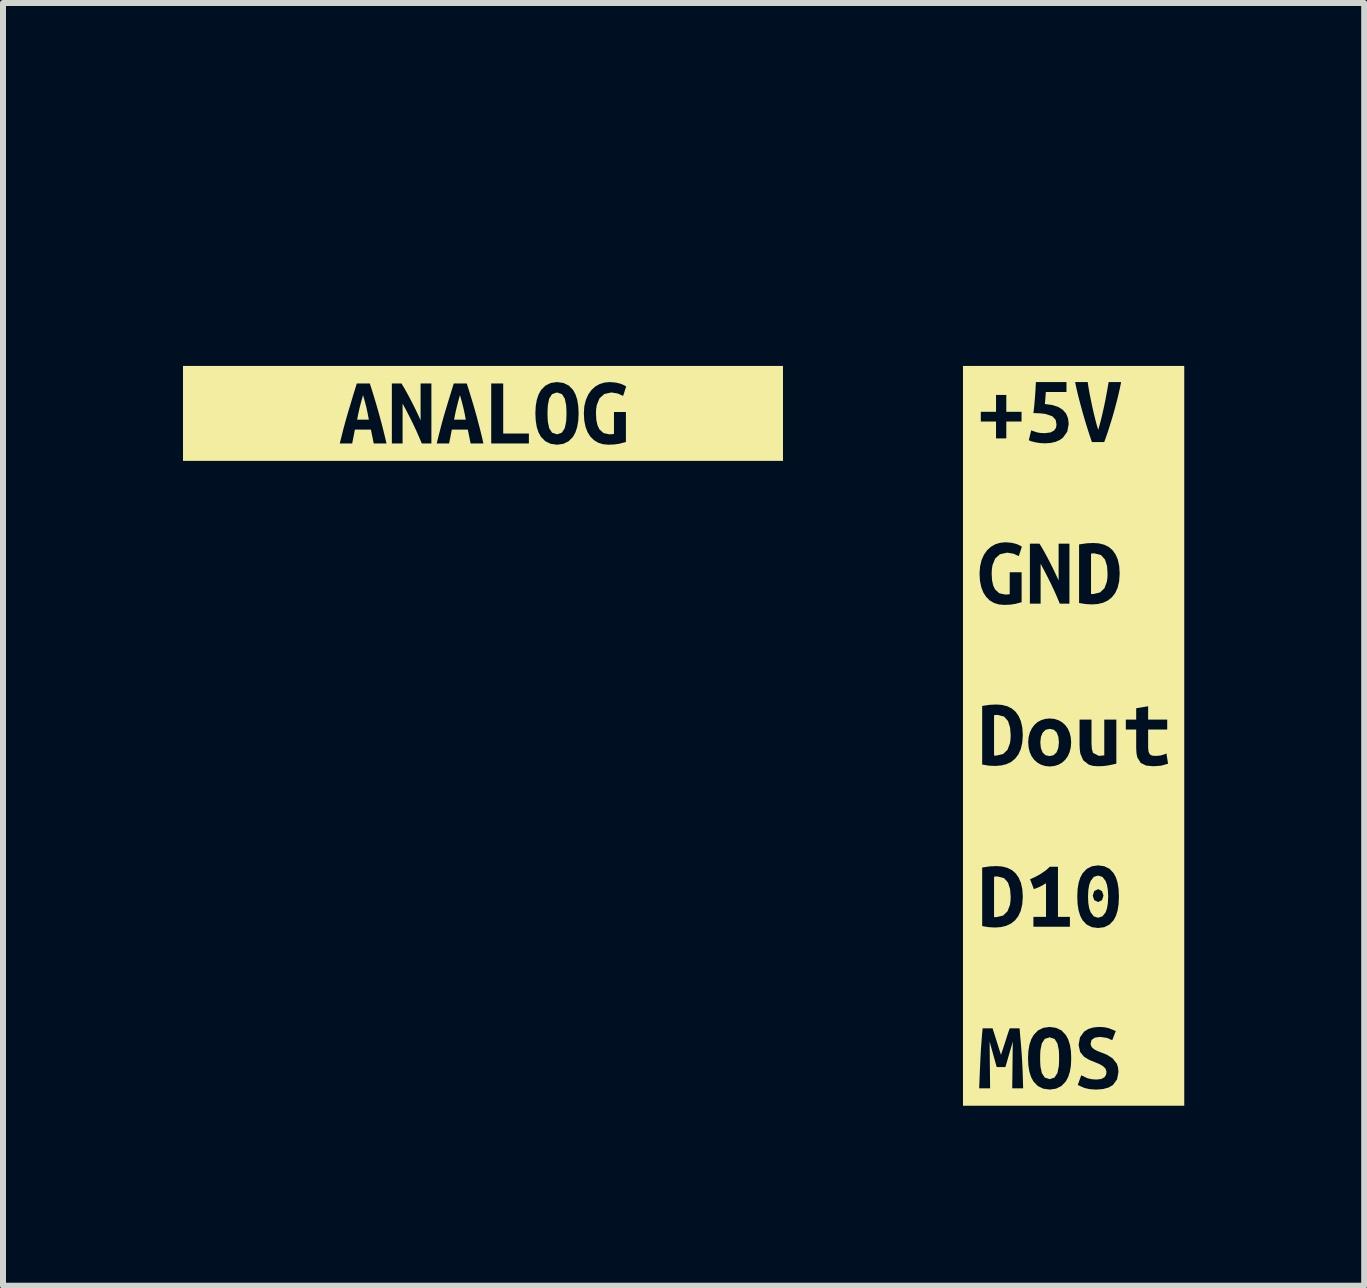
<source format=kicad_pcb>
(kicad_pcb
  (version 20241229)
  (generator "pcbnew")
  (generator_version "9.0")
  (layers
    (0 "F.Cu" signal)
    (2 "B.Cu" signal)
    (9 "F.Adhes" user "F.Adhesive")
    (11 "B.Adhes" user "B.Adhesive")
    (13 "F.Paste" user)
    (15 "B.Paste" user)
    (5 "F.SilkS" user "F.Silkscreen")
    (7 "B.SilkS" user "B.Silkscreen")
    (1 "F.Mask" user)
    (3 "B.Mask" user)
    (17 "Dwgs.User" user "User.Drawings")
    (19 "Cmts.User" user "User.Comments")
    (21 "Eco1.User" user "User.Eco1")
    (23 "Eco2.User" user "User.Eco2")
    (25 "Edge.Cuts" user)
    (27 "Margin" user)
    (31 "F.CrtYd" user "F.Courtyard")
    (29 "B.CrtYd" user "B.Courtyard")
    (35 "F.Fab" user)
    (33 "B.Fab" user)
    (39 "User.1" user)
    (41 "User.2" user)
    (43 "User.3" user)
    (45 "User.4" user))
  (footprint "kibuzzard-67ACF094"
    (layer "F.Cu")
    (at 14.844 9.214)
    (property "Reference" "kibuzzard-67ACF094" (at 0 -9.213 0) (layer "F.SilkS") (effects (font (size 0.001 0.001) (thickness 0.15))))
    (attr board_only exclude_from_pos_files exclude_from_bom)
    (fp_poly (pts (xy -1.326 0.328) (xy -1.308 0.33) (xy -1.29 0.33) (xy -1.176 0.304) (xy -1.102 0.233) (xy -1.061 0.125) (xy -1.052 0.06) (xy -1.049 -0.011) (xy -1.059 -0.137) (xy -1.093 -0.246) (xy -1.159 -0.321) (xy -1.267 -0.349) (xy -1.296 -0.348) (xy -1.326 -0.344) (xy -1.326 0.328)) (stroke (width 0) (type solid)) (fill yes) (layer "F.SilkS"))
    (fp_poly (pts (xy -1.326 3.02) (xy -1.308 3.022) (xy -1.29 3.022) (xy -1.176 2.996) (xy -1.102 2.925) (xy -1.061 2.818) (xy -1.052 2.752) (xy -1.049 2.681) (xy -1.059 2.555) (xy -1.093 2.447) (xy -1.159 2.372) (xy -1.267 2.344) (xy -1.296 2.344) (xy -1.326 2.348) (xy -1.326 3.02)) (stroke (width 0) (type solid)) (fill yes) (layer "F.SilkS"))
    (fp_poly (pts (xy 0.29 -2.365) (xy 0.308 -2.363) (xy 0.326 -2.363) (xy 0.439 -2.389) (xy 0.514 -2.46) (xy 0.554 -2.567) (xy 0.563 -2.633) (xy 0.566 -2.704) (xy 0.557 -2.83) (xy 0.523 -2.938) (xy 0.456 -3.013) (xy 0.348 -3.041) (xy 0.319 -3.041) (xy 0.29 -3.037) (xy 0.29 -2.365)) (stroke (width 0) (type solid)) (fill yes) (layer "F.SilkS"))
    (fp_poly (pts (xy -0.555 0.11) (xy -0.546 0.202) (xy -0.519 0.275) (xy -0.471 0.322) (xy -0.401 0.338) (xy -0.333 0.322) (xy -0.284 0.275) (xy -0.255 0.202) (xy -0.245 0.11) (xy -0.254 0.018) (xy -0.281 -0.054) (xy -0.329 -0.101) (xy -0.398 -0.116) (xy -0.466 -0.101) (xy -0.515 -0.054) (xy -0.545 0.018) (xy -0.555 0.11)) (stroke (width 0) (type solid)) (fill yes) (layer "F.SilkS"))
    (fp_poly (pts (xy -0.558 5.374) (xy -0.557 5.444) (xy -0.553 5.51) (xy -0.53 5.621) (xy -0.482 5.695) (xy -0.4 5.723) (xy -0.318 5.695) (xy -0.27 5.62) (xy -0.247 5.509) (xy -0.243 5.444) (xy -0.242 5.374) (xy -0.243 5.303) (xy -0.247 5.237) (xy -0.27 5.127) (xy -0.317 5.052) (xy -0.4 5.025) (xy -0.482 5.052) (xy -0.53 5.127) (xy -0.553 5.238) (xy -0.557 5.303) (xy -0.558 5.374)) (stroke (width 0) (type solid)) (fill yes) (layer "F.SilkS"))
    (fp_poly (pts (xy 0.576 2.68) (xy 0.571 2.574) (xy 0.557 2.488) (xy 0.533 2.419) (xy 0.48 2.351) (xy 0.408 2.329) (xy 0.336 2.351) (xy 0.284 2.419) (xy 0.259 2.488) (xy 0.245 2.574) (xy 0.24 2.68) (xy 0.245 2.786) (xy 0.259 2.873) (xy 0.284 2.942) (xy 0.336 3.009) (xy 0.408 3.032) (xy 0.41 3.031) (xy 0.41 2.77) (xy 0.343 2.739) (xy 0.319 2.663) (xy 0.343 2.588) (xy 0.41 2.555) (xy 0.473 2.588) (xy 0.498 2.663) (xy 0.473 2.739) (xy 0.41 2.77) (xy 0.41 3.031) (xy 0.48 3.009) (xy 0.533 2.942) (xy 0.557 2.873) (xy 0.571 2.786) (xy 0.576 2.68)) (stroke (width 0) (type solid)) (fill yes) (layer "F.SilkS"))
    (fp_poly (pts (xy -1.574 -6.165) (xy -1.844 -6.165) (xy -1.844 6.165) (xy -1.574 6.165) (xy -0.841 6.165) (xy -0.841 5.875) (xy -1.023 5.875) (xy -1.014 5.097) (xy -1.137 5.521) (xy -1.282 5.521) (xy -1.4 5.097) (xy -1.392 5.875) (xy -1.574 5.875) (xy -1.569 5.749) (xy -1.564 5.619) (xy -1.558 5.487) (xy -1.552 5.356) (xy -1.545 5.227) (xy -1.536 5.102) (xy -1.527 4.984) (xy -1.516 4.875) (xy -1.351 4.875) (xy -1.323 4.962) (xy -1.311 5) (xy -1.311 3.195) (xy -1.415 3.189) (xy -1.524 3.171) (xy -1.524 2.195) (xy -1.397 2.176) (xy -1.311 2.172) (xy -1.311 0.502) (xy -1.415 0.497) (xy -1.524 0.478) (xy -1.524 -0.498) (xy -1.397 -0.517) (xy -1.285 -0.522) (xy -1.191 -0.515) (xy -1.159 -0.506) (xy -1.159 -2.182) (xy -1.248 -2.19) (xy -1.328 -2.215) (xy -1.398 -2.256) (xy -1.456 -2.314) (xy -1.504 -2.387) (xy -1.539 -2.477) (xy -1.561 -2.582) (xy -1.568 -2.704) (xy -1.559 -2.824) (xy -1.534 -2.929) (xy -1.494 -3.019) (xy -1.442 -3.093) (xy -1.378 -3.151) (xy -1.305 -3.193) (xy -1.223 -3.217) (xy -1.135 -3.226) (xy -1.122 -3.225) (xy -1.122 -4.957) (xy -1.293 -4.957) (xy -1.293 -5.238) (xy -1.547 -5.238) (xy -1.547 -5.401) (xy -1.293 -5.401) (xy -1.293 -5.682) (xy -1.122 -5.682) (xy -1.122 -5.401) (xy -0.868 -5.401) (xy -0.868 -5.238) (xy -1.122 -5.238) (xy -1.122 -4.957) (xy -1.122 -3.225) (xy -1.031 -3.217) (xy -0.951 -3.197) (xy -0.895 -3.172) (xy -0.862 -3.153) (xy -0.914 -2.995) (xy -1.001 -3.035) (xy -1.107 -3.053) (xy -1.227 -3.027) (xy -1.307 -2.955) (xy -1.352 -2.845) (xy -1.362 -2.778) (xy -1.366 -2.704) (xy -1.36 -2.595) (xy -1.341 -2.507) (xy -1.309 -2.44) (xy -1.239 -2.376) (xy -1.143 -2.355) (xy -1.104 -2.356) (xy -1.065 -2.361) (xy -1.065 -2.726) (xy -0.867 -2.726) (xy -0.867 -2.227) (xy -0.977 -2.198) (xy -1.06 -2.186) (xy -1.159 -2.182) (xy -1.159 -0.506) (xy -1.105 -0.493) (xy -1.03 -0.455) (xy -0.967 -0.401) (xy -0.917 -0.331) (xy -0.879 -0.243) (xy -0.855 -0.137) (xy -0.847 -0.011) (xy -0.856 0.117) (xy -0.882 0.225) (xy -0.923 0.314) (xy -0.978 0.384) (xy -1.045 0.438) (xy -1.124 0.474) (xy -1.213 0.495) (xy -1.311 0.502) (xy -1.311 2.172) (xy -1.285 2.171) (xy -1.191 2.178) (xy -1.105 2.2) (xy -1.03 2.237) (xy -0.967 2.291) (xy -0.917 2.362) (xy -0.879 2.449) (xy -0.855 2.555) (xy -0.847 2.681) (xy -0.856 2.81) (xy -0.882 2.918) (xy -0.923 3.007) (xy -0.978 3.077) (xy -1.045 3.13) (xy -1.124 3.167) (xy -1.213 3.188) (xy -1.311 3.195) (xy -1.311 5) (xy -1.287 5.076) (xy -1.248 5.201) (xy -1.211 5.317) (xy -1.17 5.194) (xy -1.13 5.071) (xy -1.095 4.96) (xy -1.065 4.875) (xy -0.901 4.875) (xy -0.89 5.004) (xy -0.879 5.13) (xy -0.869 5.254) (xy -0.861 5.376) (xy -0.854 5.499) (xy -0.849 5.622) (xy -0.845 5.747) (xy -0.841 5.875) (xy -0.841 6.165) (xy -0.398 6.165) (xy -0.398 5.896) (xy -0.506 5.881) (xy -0.596 5.837) (xy -0.667 5.764) (xy -0.708 5.69) (xy -0.737 5.6) (xy -0.754 5.495) (xy -0.76 5.374) (xy -0.754 5.252) (xy -0.736 5.147) (xy -0.706 5.057) (xy -0.665 4.984) (xy -0.593 4.91) (xy -0.505 4.867) (xy -0.4 4.852) (xy -0.292 4.867) (xy -0.202 4.91) (xy -0.132 4.984) (xy -0.091 5.057) (xy -0.063 5.147) (xy -0.062 5.149) (xy -0.062 3.182) (xy -0.67 3.182) (xy -0.67 3.017) (xy -0.46 3.017) (xy -0.46 2.458) (xy -0.563 2.516) (xy -0.662 2.555) (xy -0.726 2.39) (xy -0.642 2.353) (xy -0.552 2.303) (xy -0.466 2.245) (xy -0.398 2.183) (xy -0.398 0.511) (xy -0.475 0.503) (xy -0.544 0.481) (xy -0.605 0.446) (xy -0.658 0.399) (xy -0.7 0.341) (xy -0.731 0.272) (xy -0.75 0.194) (xy -0.757 0.108) (xy -0.75 0.023) (xy -0.73 -0.054) (xy -0.698 -0.122) (xy -0.656 -0.18) (xy -0.604 -0.227) (xy -0.542 -0.261) (xy -0.473 -0.282) (xy -0.398 -0.289) (xy -0.322 -0.282) (xy -0.254 -0.261) (xy -0.23 -0.248) (xy -0.23 -2.203) (xy -0.277 -2.314) (xy -0.326 -2.425) (xy -0.378 -2.535) (xy -0.433 -2.645) (xy -0.49 -2.756) (xy -0.55 -2.867) (xy -0.55 -2.203) (xy -0.729 -2.203) (xy -0.729 -3.203) (xy -0.569 -3.203) (xy -0.524 -3.129) (xy -0.479 -3.049) (xy -0.477 -3.046) (xy -0.477 -4.875) (xy -0.557 -4.879) (xy -0.634 -4.891) (xy -0.701 -4.908) (xy -0.747 -4.926) (xy -0.707 -5.091) (xy -0.616 -5.059) (xy -0.555 -5.048) (xy -0.479 -5.044) (xy -0.383 -5.057) (xy -0.323 -5.09) (xy -0.293 -5.136) (xy -0.285 -5.19) (xy -0.299 -5.266) (xy -0.354 -5.326) (xy -0.471 -5.365) (xy -0.559 -5.375) (xy -0.67 -5.379) (xy -0.655 -5.513) (xy -0.644 -5.644) (xy -0.635 -5.772) (xy -0.629 -5.896) (xy -0.119 -5.896) (xy -0.119 -5.731) (xy -0.463 -5.731) (xy -0.471 -5.623) (xy -0.479 -5.53) (xy -0.357 -5.514) (xy -0.257 -5.482) (xy -0.18 -5.433) (xy -0.125 -5.37) (xy -0.093 -5.291) (xy -0.082 -5.198) (xy -0.106 -5.069) (xy -0.18 -4.967) (xy -0.236 -4.928) (xy -0.305 -4.899) (xy -0.385 -4.881) (xy -0.477 -4.875) (xy -0.477 -3.046) (xy -0.434 -2.966) (xy -0.391 -2.883) (xy -0.35 -2.802) (xy -0.312 -2.723) (xy -0.278 -2.651) (xy -0.25 -2.588) (xy -0.25 -3.203) (xy -0.07 -3.203) (xy -0.07 -2.203) (xy -0.23 -2.203) (xy -0.23 -0.248) (xy -0.193 -0.227) (xy -0.141 -0.18) (xy -0.098 -0.122) (xy -0.067 -0.054) (xy -0.048 0.023) (xy -0.041 0.108) (xy -0.048 0.194) (xy -0.067 0.272) (xy -0.098 0.341) (xy -0.14 0.399) (xy -0.191 0.446) (xy -0.252 0.481) (xy -0.321 0.503) (xy -0.398 0.511) (xy -0.398 2.183) (xy -0.397 2.182) (xy -0.261 2.182) (xy -0.261 3.017) (xy -0.062 3.017) (xy -0.062 3.182) (xy -0.062 5.149) (xy -0.045 5.252) (xy -0.04 5.374) (xy -0.045 5.495) (xy -0.063 5.6) (xy -0.092 5.69) (xy -0.133 5.764) (xy -0.204 5.837) (xy -0.293 5.881) (xy -0.398 5.896) (xy -0.398 6.165) (xy 0.379 6.165) (xy 0.379 5.896) (xy 0.267 5.889) (xy 0.18 5.869) (xy 0.069 5.82) (xy 0.127 5.658) (xy 0.231 5.707) (xy 0.298 5.723) (xy 0.379 5.729) (xy 0.462 5.719) (xy 0.515 5.69) (xy 0.541 5.648) (xy 0.548 5.6) (xy 0.531 5.545) (xy 0.485 5.502) (xy 0.424 5.468) (xy 0.356 5.44) (xy 0.263 5.403) (xy 0.174 5.349) (xy 0.109 5.27) (xy 0.083 5.151) (xy 0.106 5.026) (xy 0.174 4.931) (xy 0.243 4.887) (xy 0.327 4.861) (xy 0.408 4.853) (xy 0.408 3.203) (xy 0.304 3.189) (xy 0.218 3.146) (xy 0.149 3.074) (xy 0.111 3.001) (xy 0.083 2.911) (xy 0.066 2.804) (xy 0.061 2.68) (xy 0.066 2.557) (xy 0.083 2.451) (xy 0.111 2.362) (xy 0.151 2.289) (xy 0.22 2.217) (xy 0.305 2.174) (xy 0.408 2.159) (xy 0.408 0.507) (xy 0.323 0.501) (xy 0.254 0.481) (xy 0.16 0.408) (xy 0.112 0.296) (xy 0.103 0.228) (xy 0.099 0.153) (xy 0.099 -0.27) (xy 0.298 -0.27) (xy 0.298 0.128) (xy 0.304 0.219) (xy 0.305 0.22) (xy 0.305 -2.19) (xy 0.2 -2.196) (xy 0.091 -2.214) (xy 0.091 -3.19) (xy 0.219 -3.209) (xy 0.305 -3.213) (xy 0.305 -4.896) (xy 0.265 -5.014) (xy 0.222 -5.148) (xy 0.194 -5.241) (xy 0.166 -5.335) (xy 0.14 -5.428) (xy 0.115 -5.519) (xy 0.092 -5.607) (xy 0.07 -5.692) (xy 0.044 -5.805) (xy 0.025 -5.896) (xy 0.235 -5.896) (xy 0.247 -5.812) (xy 0.264 -5.715) (xy 0.285 -5.611) (xy 0.307 -5.504) (xy 0.331 -5.396) (xy 0.357 -5.289) (xy 0.383 -5.189) (xy 0.41 -5.099) (xy 0.435 -5.187) (xy 0.461 -5.287) (xy 0.486 -5.394) (xy 0.51 -5.502) (xy 0.532 -5.61) (xy 0.552 -5.715) (xy 0.569 -5.812) (xy 0.584 -5.896) (xy 0.792 -5.896) (xy 0.771 -5.793) (xy 0.745 -5.679) (xy 0.714 -5.556) (xy 0.68 -5.428) (xy 0.655 -5.34) (xy 0.628 -5.25) (xy 0.6 -5.16) (xy 0.571 -5.07) (xy 0.541 -4.982) (xy 0.51 -4.896) (xy 0.305 -4.896) (xy 0.305 -3.213) (xy 0.33 -3.214) (xy 0.425 -3.207) (xy 0.511 -3.185) (xy 0.586 -3.148) (xy 0.649 -3.094) (xy 0.699 -3.023) (xy 0.737 -2.936) (xy 0.76 -2.83) (xy 0.768 -2.704) (xy 0.759 -2.575) (xy 0.733 -2.467) (xy 0.692 -2.378) (xy 0.637 -2.308) (xy 0.57 -2.255) (xy 0.491 -2.218) (xy 0.402 -2.197) (xy 0.305 -2.19) (xy 0.305 0.22) (xy 0.323 0.284) (xy 0.421 0.334) (xy 0.511 0.326) (xy 0.511 -0.27) (xy 0.712 -0.27) (xy 0.712 0.464) (xy 0.651 0.478) (xy 0.578 0.493) (xy 0.497 0.504) (xy 0.408 0.507) (xy 0.408 2.159) (xy 0.512 2.174) (xy 0.598 2.216) (xy 0.666 2.288) (xy 0.705 2.36) (xy 0.733 2.45) (xy 0.75 2.556) (xy 0.755 2.68) (xy 0.75 2.804) (xy 0.733 2.911) (xy 0.705 3.001) (xy 0.666 3.074) (xy 0.598 3.146) (xy 0.512 3.189) (xy 0.408 3.203) (xy 0.408 4.853) (xy 0.426 4.852) (xy 0.512 4.857) (xy 0.586 4.873) (xy 0.702 4.92) (xy 0.644 5.073) (xy 0.554 5.034) (xy 0.44 5.018) (xy 0.352 5.031) (xy 0.299 5.069) (xy 0.282 5.133) (xy 0.298 5.184) (xy 0.339 5.223) (xy 0.396 5.253) (xy 0.458 5.277) (xy 0.556 5.316) (xy 0.649 5.375) (xy 0.72 5.465) (xy 0.74 5.526) (xy 0.747 5.602) (xy 0.724 5.726) (xy 0.656 5.819) (xy 0.585 5.861) (xy 0.492 5.887) (xy 0.379 5.896) (xy 0.379 6.165) (xy 1.332 6.165) (xy 1.332 0.507) (xy 1.209 0.496) (xy 1.119 0.452) (xy 1.062 0.361) (xy 1.048 0.293) (xy 1.043 0.207) (xy 1.043 -0.105) (xy 0.87 -0.105) (xy 0.87 -0.27) (xy 1.043 -0.27) (xy 1.043 -0.46) (xy 1.242 -0.493) (xy 1.242 -0.27) (xy 1.56 -0.27) (xy 1.56 -0.105) (xy 1.242 -0.105) (xy 1.242 0.202) (xy 1.25 0.27) (xy 1.272 0.31) (xy 1.308 0.33) (xy 1.355 0.334) (xy 1.405 0.333) (xy 1.451 0.327) (xy 1.496 0.315) (xy 1.547 0.294) (xy 1.574 0.465) (xy 1.456 0.498) (xy 1.332 0.507) (xy 1.332 6.165) (xy 1.574 6.165) (xy 1.844 6.165) (xy 1.844 -6.165) (xy 1.574 -6.165) (xy -1.574 -6.165)) (stroke (width 0) (type solid)) (fill yes) (layer "F.SilkS")))
  (footprint "kibuzzard-67A20273"
    (layer "F.Cu")
    (at 5 3.84)
    (property "Reference" "kibuzzard-67A20273" (at 0 -3.839 0) (layer "F.SilkS") (effects (font (size 0.001 0.001) (thickness 0.15))))
    (attr board_only exclude_from_pos_files exclude_from_bom)
    (fp_poly (pts (xy -1.999 -0.305) (xy -2.029 -0.198) (xy -2.055 -0.098) (xy -2.078 0.002) (xy -2.098 0.105) (xy -1.902 0.105) (xy -1.922 0.002) (xy -1.943 -0.098) (xy -1.969 -0.198) (xy -1.999 -0.305)) (stroke (width 0) (type solid)) (fill yes) (layer "F.SilkS"))
    (fp_poly (pts (xy -0.384 -0.305) (xy -0.414 -0.198) (xy -0.439 -0.098) (xy -0.462 0.002) (xy -0.482 0.105) (xy -0.287 0.105) (xy -0.306 0.002) (xy -0.328 -0.098) (xy -0.354 -0.198) (xy -0.384 -0.305)) (stroke (width 0) (type solid)) (fill yes) (layer "F.SilkS"))
    (fp_poly (pts (xy 1.075 0) (xy 1.077 0.07) (xy 1.081 0.137) (xy 1.103 0.247) (xy 1.151 0.321) (xy 1.233 0.349) (xy 1.315 0.321) (xy 1.363 0.246) (xy 1.386 0.136) (xy 1.39 0.07) (xy 1.392 0) (xy 1.39 -0.07) (xy 1.386 -0.137) (xy 1.363 -0.247) (xy 1.316 -0.321) (xy 1.233 -0.349) (xy 1.151 -0.321) (xy 1.103 -0.246) (xy 1.081 -0.136) (xy 1.077 -0.07) (xy 1.075 0)) (stroke (width 0) (type solid)) (fill yes) (layer "F.SilkS"))
    (fp_poly (pts (xy -5 -0.791) (xy -5 -0.791) (xy -5 0.791) (xy -5 0.791) (xy -1.821 0.791) (xy -1.821 0.501) (xy -1.868 0.27) (xy -2.135 0.27) (xy -2.18 0.501) (xy -2.387 0.501) (xy -2.358 0.385) (xy -2.33 0.273) (xy -2.301 0.165) (xy -2.272 0.061) (xy -2.243 -0.038) (xy -2.207 -0.158) (xy -2.172 -0.275) (xy -2.137 -0.389) (xy -2.103 -0.499) (xy -1.886 -0.499) (xy -1.851 -0.388) (xy -1.815 -0.273) (xy -1.78 -0.155) (xy -1.745 -0.033) (xy -1.717 0.067) (xy -1.689 0.171) (xy -1.662 0.277) (xy -1.635 0.387) (xy -1.608 0.501) (xy -1.821 0.501) (xy -1.821 0.791) (xy -1.02 0.791) (xy -1.02 0.501) (xy -1.067 0.39) (xy -1.116 0.279) (xy -1.168 0.169) (xy -1.223 0.058) (xy -1.28 -0.052) (xy -1.34 -0.163) (xy -1.34 0.501) (xy -1.519 0.501) (xy -1.519 -0.499) (xy -1.359 -0.499) (xy -1.314 -0.425) (xy -1.269 -0.345) (xy -1.224 -0.262) (xy -1.181 -0.179) (xy -1.14 -0.098) (xy -1.102 -0.019) (xy -1.068 0.053) (xy -1.04 0.116) (xy -1.04 -0.499) (xy -0.86 -0.499) (xy -0.86 0.501) (xy -1.02 0.501) (xy -1.02 0.791) (xy -0.206 0.791) (xy -0.206 0.501) (xy -0.253 0.27) (xy -0.519 0.27) (xy -0.565 0.501) (xy -0.771 0.501) (xy -0.743 0.385) (xy -0.714 0.273) (xy -0.686 0.165) (xy -0.657 0.061) (xy -0.628 -0.038) (xy -0.592 -0.158) (xy -0.556 -0.275) (xy -0.521 -0.389) (xy -0.487 -0.499) (xy -0.271 -0.499) (xy -0.235 -0.388) (xy -0.2 -0.273) (xy -0.164 -0.155) (xy -0.129 -0.033) (xy -0.101 0.067) (xy -0.074 0.171) (xy -0.046 0.277) (xy -0.019 0.387) (xy 0.007 0.501) (xy -0.206 0.501) (xy -0.206 0.791) (xy 0.765 0.791) (xy 0.765 0.501) (xy 0.137 0.501) (xy 0.137 -0.499) (xy 0.337 -0.499) (xy 0.337 0.336) (xy 0.765 0.336) (xy 0.765 0.501) (xy 0.765 0.791) (xy 1.235 0.791) (xy 1.235 0.522) (xy 1.127 0.507) (xy 1.037 0.463) (xy 0.966 0.39) (xy 0.925 0.316) (xy 0.896 0.227) (xy 0.879 0.121) (xy 0.873 0) (xy 0.879 -0.121) (xy 0.897 -0.227) (xy 0.927 -0.316) (xy 0.968 -0.39) (xy 1.04 -0.463) (xy 1.129 -0.507) (xy 1.233 -0.522) (xy 1.342 -0.507) (xy 1.431 -0.463) (xy 1.502 -0.39) (xy 1.542 -0.316) (xy 1.571 -0.227) (xy 1.588 -0.121) (xy 1.594 0) (xy 1.588 0.121) (xy 1.57 0.227) (xy 1.541 0.316) (xy 1.5 0.39) (xy 1.429 0.463) (xy 1.341 0.507) (xy 1.235 0.522) (xy 1.235 0.791) (xy 2.09 0.791) (xy 2.09 0.522) (xy 2.001 0.514) (xy 1.921 0.489) (xy 1.851 0.447) (xy 1.792 0.39) (xy 1.745 0.317) (xy 1.71 0.227) (xy 1.688 0.121) (xy 1.681 0) (xy 1.689 -0.12) (xy 1.715 -0.225) (xy 1.755 -0.315) (xy 1.807 -0.389) (xy 1.87 -0.447) (xy 1.944 -0.489) (xy 2.026 -0.514) (xy 2.114 -0.522) (xy 2.218 -0.513) (xy 2.298 -0.493) (xy 2.354 -0.468) (xy 2.387 -0.449) (xy 2.335 -0.291) (xy 2.248 -0.331) (xy 2.141 -0.349) (xy 2.022 -0.323) (xy 1.942 -0.251) (xy 1.897 -0.141) (xy 1.886 -0.074) (xy 1.883 0) (xy 1.889 0.109) (xy 1.908 0.197) (xy 1.939 0.264) (xy 2.009 0.328) (xy 2.106 0.349) (xy 2.145 0.347) (xy 2.183 0.342) (xy 2.183 -0.023) (xy 2.382 -0.023) (xy 2.382 0.477) (xy 2.271 0.506) (xy 2.188 0.518) (xy 2.09 0.522) (xy 2.09 0.791) (xy 5 0.791) (xy 5 0.791) (xy 5 -0.791) (xy 5 -0.791) (xy -5 -0.791)) (stroke (width 0) (type solid)) (fill yes) (layer "F.SilkS")))
  (gr_rect
    (start -3 -3)
    (end 19.687 18.379)
    (stroke (width 0.1) (type default))
    (fill no)
    (layer "Edge.Cuts")))
</source>
